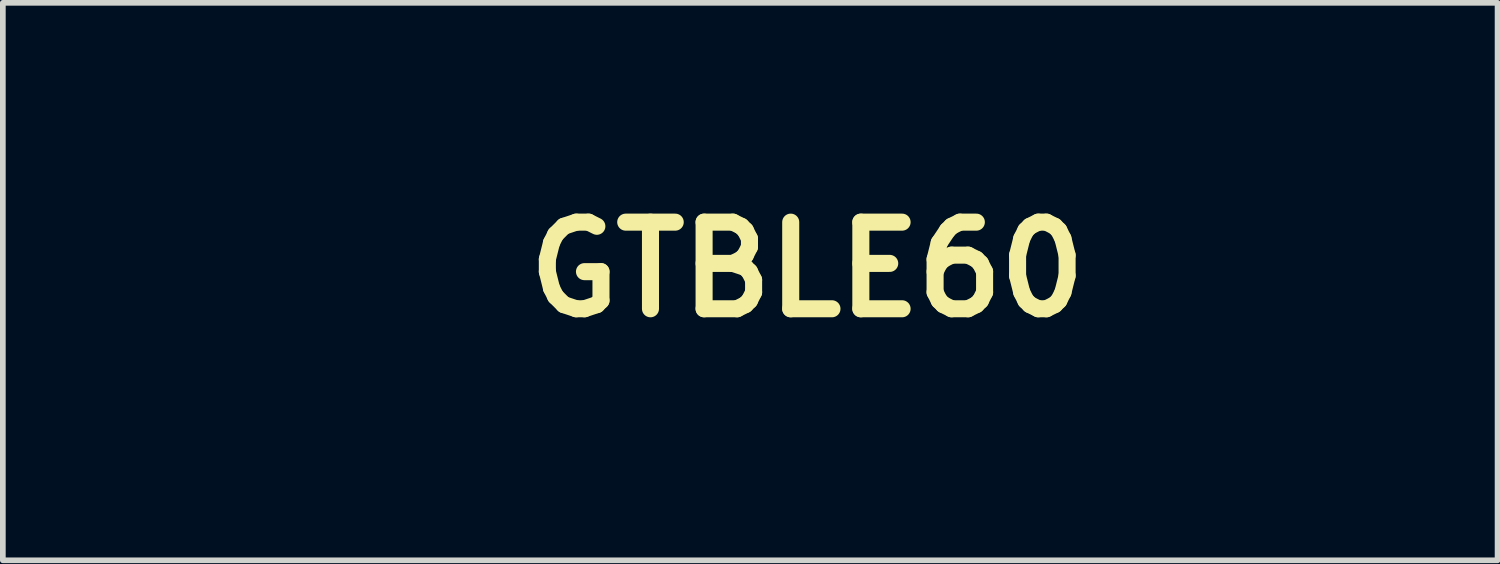
<source format=kicad_pcb>
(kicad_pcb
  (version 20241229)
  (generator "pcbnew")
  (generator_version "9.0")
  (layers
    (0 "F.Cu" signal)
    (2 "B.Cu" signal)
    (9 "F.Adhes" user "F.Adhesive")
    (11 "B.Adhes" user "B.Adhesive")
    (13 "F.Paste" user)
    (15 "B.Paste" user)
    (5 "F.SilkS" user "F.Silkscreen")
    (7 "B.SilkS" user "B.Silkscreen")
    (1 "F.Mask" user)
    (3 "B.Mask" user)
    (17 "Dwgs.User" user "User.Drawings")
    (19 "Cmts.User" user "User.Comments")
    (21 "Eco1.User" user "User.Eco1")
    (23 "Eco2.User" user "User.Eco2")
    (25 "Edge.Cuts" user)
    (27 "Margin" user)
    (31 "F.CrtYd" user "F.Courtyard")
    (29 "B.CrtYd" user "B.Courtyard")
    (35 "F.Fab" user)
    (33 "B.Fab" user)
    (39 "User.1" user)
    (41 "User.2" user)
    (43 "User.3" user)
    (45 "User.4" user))
  (footprint "GTBLE60"
    (layer "F.Cu")
    (at 11.152 1.693)
    (property "Reference" "GTBLE60" (at 0 0 0) (layer "F.SilkS") (effects (font (size 1.524 1.524) (thickness 0.3))))
    (attr through_hole)
    (fp_poly (pts (xy 0.173 -1.057) (xy 0.245 -1.03) (xy 0.295 -0.983) (xy 0.326 -0.891) (xy 0.34 -0.727) (xy 0.341 -0.467) (xy 0.33 -0.083) (xy 0.316 0.306) (xy 0.296 0.821) (xy 0.289 1.188) (xy 0.308 1.427) (xy 0.365 1.558) (xy 0.475 1.604) (xy 0.65 1.584) (xy 0.903 1.519) (xy 1.056 1.479) (xy 1.416 1.401) (xy 1.64 1.398) (xy 1.749 1.472) (xy 1.763 1.628) (xy 1.763 1.629) (xy 1.664 1.793) (xy 1.415 1.923) (xy 1.01 2.022) (xy 0.511 2.086) (xy 0.203 2.11) (xy 0.018 2.105) (xy -0.089 2.062) (xy -0.164 1.97) (xy -0.183 1.937) (xy -0.229 1.819) (xy -0.259 1.633) (xy -0.272 1.357) (xy -0.271 0.963) (xy -0.257 0.427) (xy -0.256 0.406) (xy -0.234 -0.148) (xy -0.205 -0.553) (xy -0.165 -0.829) (xy -0.107 -0.995) (xy -0.025 -1.072) (xy 0.086 -1.079) (xy 0.173 -1.057)) (stroke (width 0.01) (type solid)) (fill yes) (layer "F.Mask"))
    (fp_poly (pts (xy 8.242 -1.064) (xy 8.606 -0.919) (xy 8.899 -0.651) (xy 8.989 -0.509) (xy 9.085 -0.213) (xy 9.137 0.185) (xy 9.141 0.622) (xy 9.095 1.037) (xy 9.059 1.19) (xy 8.877 1.56) (xy 8.583 1.83) (xy 8.215 1.984) (xy 7.809 2.005) (xy 7.469 1.909) (xy 7.196 1.699) (xy 7.001 1.375) (xy 6.885 0.974) (xy 6.848 0.53) (xy 6.857 0.43) (xy 7.366 0.43) (xy 7.409 0.861) (xy 7.526 1.196) (xy 7.698 1.421) (xy 7.909 1.522) (xy 8.139 1.486) (xy 8.372 1.298) (xy 8.416 1.243) (xy 8.53 0.992) (xy 8.593 0.65) (xy 8.606 0.276) (xy 8.569 -0.076) (xy 8.479 -0.346) (xy 8.429 -0.419) (xy 8.204 -0.571) (xy 7.965 -0.578) (xy 7.737 -0.46) (xy 7.545 -0.237) (xy 7.413 0.071) (xy 7.366 0.43) (xy 6.857 0.43) (xy 6.89 0.081) (xy 7.01 -0.338) (xy 7.208 -0.69) (xy 7.475 -0.934) (xy 7.851 -1.073) (xy 8.242 -1.064)) (stroke (width 0.01) (type solid)) (fill yes) (layer "F.Mask"))
    (fp_poly (pts (xy -5.835 -1.521) (xy -5.411 -1.51) (xy -5.113 -1.485) (xy -4.919 -1.442) (xy -4.806 -1.374) (xy -4.755 -1.278) (xy -4.741 -1.148) (xy -4.741 -1.136) (xy -4.778 -0.945) (xy -4.904 -0.831) (xy -5.143 -0.785) (xy -5.516 -0.798) (xy -5.595 -0.805) (xy -6.199 -0.866) (xy -6.151 -0.539) (xy -6.103 -0.14) (xy -6.068 0.304) (xy -6.046 0.754) (xy -6.037 1.174) (xy -6.044 1.525) (xy -6.067 1.769) (xy -6.09 1.852) (xy -6.249 2.004) (xy -6.451 2.015) (xy -6.587 1.93) (xy -6.642 1.791) (xy -6.679 1.532) (xy -6.689 1.266) (xy -6.695 0.908) (xy -6.713 0.464) (xy -6.737 0.02) (xy -6.744 -0.072) (xy -6.799 -0.847) (xy -7.333 -0.847) (xy -7.639 -0.855) (xy -7.821 -0.889) (xy -7.923 -0.961) (xy -7.959 -1.016) (xy -8.003 -1.233) (xy -7.959 -1.355) (xy -7.916 -1.416) (xy -7.848 -1.461) (xy -7.728 -1.491) (xy -7.533 -1.51) (xy -7.237 -1.52) (xy -6.816 -1.523) (xy -6.406 -1.524) (xy -5.835 -1.521)) (stroke (width 0.01) (type solid)) (fill yes) (layer "F.Mask"))
    (fp_poly (pts (xy 5.965 -1) (xy 5.981 -0.843) (xy 5.862 -0.637) (xy 5.714 -0.485) (xy 5.457 -0.247) (xy 5.337 -0.091) (xy 5.351 -0.003) (xy 5.499 0.036) (xy 5.689 0.043) (xy 5.965 0.059) (xy 6.15 0.127) (xy 6.32 0.279) (xy 6.358 0.32) (xy 6.552 0.65) (xy 6.613 1.025) (xy 6.55 1.398) (xy 6.371 1.727) (xy 6.085 1.968) (xy 6.045 1.988) (xy 5.638 2.104) (xy 5.247 2.072) (xy 5.088 2.01) (xy 4.797 1.793) (xy 4.617 1.487) (xy 4.537 1.068) (xy 4.531 0.89) (xy 5.08 0.89) (xy 5.094 1.141) (xy 5.162 1.366) (xy 5.22 1.454) (xy 5.432 1.583) (xy 5.679 1.597) (xy 5.808 1.544) (xy 5.947 1.384) (xy 6.058 1.152) (xy 6.096 0.965) (xy 6.022 0.74) (xy 5.829 0.582) (xy 5.56 0.509) (xy 5.261 0.543) (xy 5.214 0.559) (xy 5.12 0.676) (xy 5.08 0.89) (xy 4.531 0.89) (xy 4.53 0.861) (xy 4.546 0.499) (xy 4.605 0.227) (xy 4.725 -0.032) (xy 4.756 -0.085) (xy 4.97 -0.399) (xy 5.216 -0.685) (xy 5.462 -0.915) (xy 5.676 -1.057) (xy 5.81 -1.087) (xy 5.965 -1)) (stroke (width 0.01) (type solid)) (fill yes) (layer "F.Mask"))
    (fp_poly (pts (xy 3.424 -1.252) (xy 3.733 -1.233) (xy 3.955 -1.204) (xy 4.018 -1.187) (xy 4.187 -1.08) (xy 4.219 -0.918) (xy 4.218 -0.91) (xy 4.195 -0.816) (xy 4.134 -0.761) (xy 3.999 -0.737) (xy 3.755 -0.736) (xy 3.514 -0.744) (xy 3.184 -0.748) (xy 2.916 -0.735) (xy 2.759 -0.71) (xy 2.743 -0.702) (xy 2.679 -0.584) (xy 2.623 -0.36) (xy 2.604 -0.226) (xy 2.559 0.183) (xy 3.252 0.125) (xy 3.609 0.101) (xy 3.836 0.104) (xy 3.973 0.136) (xy 4.057 0.203) (xy 4.057 0.203) (xy 4.127 0.35) (xy 4.057 0.465) (xy 3.839 0.551) (xy 3.464 0.613) (xy 3.257 0.633) (xy 2.54 0.693) (xy 2.54 1.602) (xy 3.28 1.627) (xy 3.64 1.643) (xy 3.865 1.667) (xy 3.987 1.709) (xy 4.041 1.774) (xy 4.05 1.81) (xy 4.023 1.977) (xy 3.966 2.042) (xy 3.82 2.079) (xy 3.558 2.101) (xy 3.233 2.108) (xy 2.9 2.1) (xy 2.611 2.077) (xy 2.419 2.04) (xy 2.41 2.036) (xy 2.262 1.965) (xy 2.153 1.874) (xy 2.079 1.738) (xy 2.034 1.531) (xy 2.012 1.23) (xy 2.008 0.808) (xy 2.016 0.267) (xy 2.027 -0.204) (xy 2.04 -0.615) (xy 2.055 -0.936) (xy 2.069 -1.138) (xy 2.079 -1.193) (xy 2.18 -1.225) (xy 2.407 -1.248) (xy 2.719 -1.259) (xy 3.072 -1.261) (xy 3.424 -1.252)) (stroke (width 0.01) (type solid)) (fill yes) (layer "F.Mask"))
    (fp_poly (pts (xy -1.66 -1.061) (xy -1.278 -0.943) (xy -0.982 -0.737) (xy -0.795 -0.463) (xy -0.741 -0.141) (xy -0.771 0.03) (xy -0.847 0.237) (xy -0.925 0.366) (xy -0.925 0.478) (xy -0.791 0.661) (xy -0.757 0.696) (xy -0.565 0.943) (xy -0.527 1.169) (xy -0.645 1.407) (xy -0.785 1.564) (xy -1.038 1.749) (xy -1.363 1.893) (xy -1.72 1.991) (xy -2.068 2.034) (xy -2.365 2.016) (xy -2.57 1.93) (xy -2.622 1.868) (xy -2.653 1.726) (xy -2.677 1.455) (xy -2.695 1.092) (xy -2.702 0.762) (xy -2.117 0.762) (xy -2.117 1.543) (xy -1.811 1.486) (xy -1.543 1.424) (xy -1.312 1.354) (xy -1.303 1.351) (xy -1.141 1.238) (xy -1.117 1.097) (xy -1.211 0.955) (xy -1.402 0.837) (xy -1.667 0.769) (xy -1.797 0.762) (xy -2.117 0.762) (xy -2.702 0.762) (xy -2.704 0.674) (xy -2.707 0.24) (xy -2.701 -0.169) (xy -2.117 -0.169) (xy -2.111 0.081) (xy -2.076 0.207) (xy -1.989 0.249) (xy -1.882 0.254) (xy -1.63 0.205) (xy -1.458 0.122) (xy -1.308 -0.057) (xy -1.299 -0.251) (xy -1.412 -0.428) (xy -1.627 -0.553) (xy -1.882 -0.593) (xy -2.021 -0.582) (xy -2.09 -0.52) (xy -2.114 -0.363) (xy -2.117 -0.169) (xy -2.701 -0.169) (xy -2.701 -0.173) (xy -2.687 -0.529) (xy -2.666 -0.789) (xy -2.637 -0.915) (xy -2.519 -0.985) (xy -2.29 -1.046) (xy -2.104 -1.073) (xy -1.66 -1.061)) (stroke (width 0.01) (type solid)) (fill yes) (layer "F.Mask"))
    (fp_poly (pts (xy -9.275 -1.65) (xy -9.17 -1.623) (xy -8.765 -1.482) (xy -8.498 -1.316) (xy -8.378 -1.136) (xy -8.413 -0.952) (xy -8.511 -0.845) (xy -8.626 -0.789) (xy -8.784 -0.812) (xy -8.971 -0.888) (xy -9.263 -0.98) (xy -9.504 -0.986) (xy -9.512 -0.984) (xy -9.69 -0.877) (xy -9.903 -0.66) (xy -10.118 -0.377) (xy -10.301 -0.071) (xy -10.401 0.161) (xy -10.478 0.498) (xy -10.495 0.84) (xy -10.454 1.13) (xy -10.366 1.306) (xy -10.14 1.423) (xy -9.846 1.431) (xy -9.53 1.347) (xy -9.242 1.184) (xy -9.028 0.958) (xy -8.986 0.881) (xy -8.884 0.657) (xy -9.289 0.725) (xy -9.592 0.767) (xy -9.871 0.794) (xy -9.948 0.798) (xy -10.128 0.782) (xy -10.194 0.687) (xy -10.202 0.551) (xy -10.178 0.375) (xy -10.075 0.269) (xy -9.886 0.193) (xy -9.574 0.116) (xy -9.195 0.055) (xy -8.807 0.018) (xy -8.47 0.011) (xy -8.262 0.033) (xy -8.089 0.126) (xy -8.043 0.293) (xy -8.075 0.472) (xy -8.128 0.55) (xy -8.202 0.671) (xy -8.213 0.75) (xy -8.256 0.901) (xy -8.368 1.131) (xy -8.468 1.3) (xy -8.79 1.667) (xy -9.205 1.932) (xy -9.673 2.08) (xy -10.151 2.099) (xy -10.556 1.993) (xy -10.849 1.795) (xy -11.041 1.491) (xy -11.144 1.058) (xy -11.147 1.035) (xy -11.138 0.544) (xy -11.015 0.016) (xy -10.799 -0.506) (xy -10.511 -0.979) (xy -10.172 -1.36) (xy -9.887 -1.564) (xy -9.68 -1.662) (xy -9.503 -1.688) (xy -9.275 -1.65)) (stroke (width 0.01) (type solid)) (fill yes) (layer "F.Mask")))
  (gr_rect
    (start -3 -3)
    (end 23.298 6.808)
    (stroke (width 0.1) (type default))
    (fill no)
    (layer "Edge.Cuts")))
</source>
